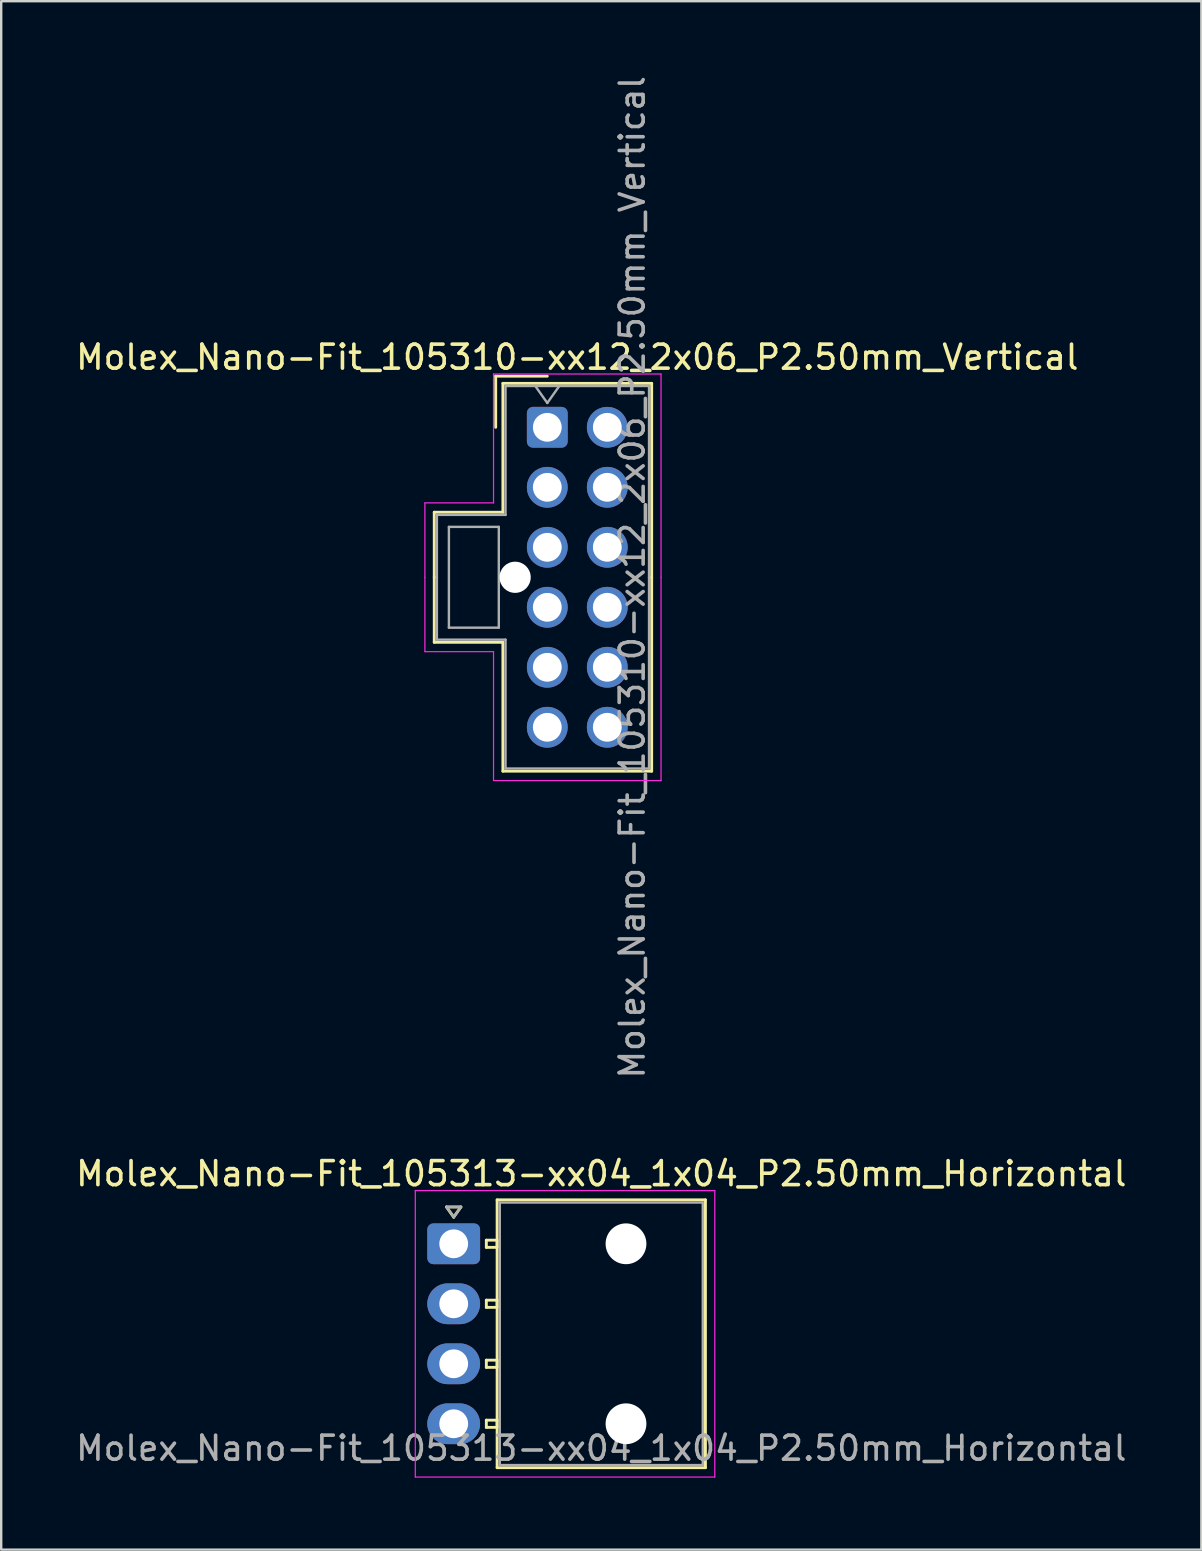
<source format=kicad_pcb>
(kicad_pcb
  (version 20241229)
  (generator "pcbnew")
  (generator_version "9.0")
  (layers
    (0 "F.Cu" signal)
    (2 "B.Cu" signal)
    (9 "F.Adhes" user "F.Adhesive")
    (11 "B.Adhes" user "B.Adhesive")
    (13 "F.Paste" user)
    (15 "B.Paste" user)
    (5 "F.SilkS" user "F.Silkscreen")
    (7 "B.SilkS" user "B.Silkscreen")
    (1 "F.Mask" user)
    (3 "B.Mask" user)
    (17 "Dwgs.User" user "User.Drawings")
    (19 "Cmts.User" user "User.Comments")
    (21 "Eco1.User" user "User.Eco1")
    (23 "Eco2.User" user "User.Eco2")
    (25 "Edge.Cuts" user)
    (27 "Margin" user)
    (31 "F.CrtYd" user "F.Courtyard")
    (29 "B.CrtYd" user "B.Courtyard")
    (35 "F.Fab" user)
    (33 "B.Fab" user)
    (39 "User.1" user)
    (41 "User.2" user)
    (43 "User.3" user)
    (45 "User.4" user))
  (footprint "Molex_Nano-Fit_105310-xx12_2x06_P2.50mm_Vertical"
    (layer "F.Cu")
    (at 19.756 14.756)
    (property "Reference" "Molex_Nano-Fit_105310-xx12_2x06_P2.50mm_Vertical" (at 1.25 -2.92 0) (layer "F.SilkS") (effects (font (size 1 1) (thickness 0.15))))
    (attr through_hole)
    (fp_line (start -4.71 3.54) (end -4.71 6.25) (stroke (width 0.12) (type solid)) (layer "F.SilkS"))
    (fp_line (start -4.71 8.96) (end -4.71 6.25) (stroke (width 0.12) (type solid)) (layer "F.SilkS"))
    (fp_line (start -2.15 -2.13) (end -2.15 0) (stroke (width 0.12) (type solid)) (layer "F.SilkS"))
    (fp_line (start -1.85 -1.83) (end -1.85 3.54) (stroke (width 0.12) (type solid)) (layer "F.SilkS"))
    (fp_line (start -1.85 3.54) (end -4.71 3.54) (stroke (width 0.12) (type solid)) (layer "F.SilkS"))
    (fp_line (start -1.85 8.96) (end -4.71 8.96) (stroke (width 0.12) (type solid)) (layer "F.SilkS"))
    (fp_line (start -1.85 14.33) (end -1.85 8.96) (stroke (width 0.12) (type solid)) (layer "F.SilkS"))
    (fp_line (start 0 -2.13) (end -2.15 -2.13) (stroke (width 0.12) (type solid)) (layer "F.SilkS"))
    (fp_line (start 4.35 -1.83) (end -1.85 -1.83) (stroke (width 0.12) (type solid)) (layer "F.SilkS"))
    (fp_line (start 4.35 6.25) (end 4.35 -1.83) (stroke (width 0.12) (type solid)) (layer "F.SilkS"))
    (fp_line (start 4.35 6.25) (end 4.35 14.33) (stroke (width 0.12) (type solid)) (layer "F.SilkS"))
    (fp_line (start 4.35 14.33) (end -1.85 14.33) (stroke (width 0.12) (type solid)) (layer "F.SilkS"))
    (fp_line (start -5.1 3.15) (end -5.1 6.25) (stroke (width 0.05) (type solid)) (layer "F.CrtYd"))
    (fp_line (start -5.1 9.35) (end -5.1 6.25) (stroke (width 0.05) (type solid)) (layer "F.CrtYd"))
    (fp_line (start -2.24 -2.22) (end -2.24 3.15) (stroke (width 0.05) (type solid)) (layer "F.CrtYd"))
    (fp_line (start -2.24 3.15) (end -5.1 3.15) (stroke (width 0.05) (type solid)) (layer "F.CrtYd"))
    (fp_line (start -2.24 9.35) (end -5.1 9.35) (stroke (width 0.05) (type solid)) (layer "F.CrtYd"))
    (fp_line (start -2.24 14.72) (end -2.24 9.35) (stroke (width 0.05) (type solid)) (layer "F.CrtYd"))
    (fp_line (start 4.74 -2.22) (end -2.24 -2.22) (stroke (width 0.05) (type solid)) (layer "F.CrtYd"))
    (fp_line (start 4.74 6.25) (end 4.74 -2.22) (stroke (width 0.05) (type solid)) (layer "F.CrtYd"))
    (fp_line (start 4.74 6.25) (end 4.74 14.72) (stroke (width 0.05) (type solid)) (layer "F.CrtYd"))
    (fp_line (start 4.74 14.72) (end -2.24 14.72) (stroke (width 0.05) (type solid)) (layer "F.CrtYd"))
    (fp_line (start -4.6 3.65) (end -4.6 6.25) (stroke (width 0.1) (type solid)) (layer "F.Fab"))
    (fp_line (start -4.6 8.85) (end -4.6 6.25) (stroke (width 0.1) (type solid)) (layer "F.Fab"))
    (fp_line (start -4.1 4.15) (end -4.1 8.35) (stroke (width 0.1) (type solid)) (layer "F.Fab"))
    (fp_line (start -4.1 8.35) (end -2.02 8.35) (stroke (width 0.1) (type solid)) (layer "F.Fab"))
    (fp_line (start -2.02 4.15) (end -4.1 4.15) (stroke (width 0.1) (type solid)) (layer "F.Fab"))
    (fp_line (start -2.02 8.35) (end -2.02 4.15) (stroke (width 0.1) (type solid)) (layer "F.Fab"))
    (fp_line (start -1.74 -1.72) (end -1.74 3.65) (stroke (width 0.1) (type solid)) (layer "F.Fab"))
    (fp_line (start -1.74 3.65) (end -4.6 3.65) (stroke (width 0.1) (type solid)) (layer "F.Fab"))
    (fp_line (start -1.74 8.85) (end -4.6 8.85) (stroke (width 0.1) (type solid)) (layer "F.Fab"))
    (fp_line (start -1.74 14.22) (end -1.74 8.85) (stroke (width 0.1) (type solid)) (layer "F.Fab"))
    (fp_line (start -0.5 -1.72) (end 0 -1.013) (stroke (width 0.1) (type solid)) (layer "F.Fab"))
    (fp_line (start 0 -1.013) (end 0.5 -1.72) (stroke (width 0.1) (type solid)) (layer "F.Fab"))
    (fp_line (start 4.24 -1.72) (end -1.74 -1.72) (stroke (width 0.1) (type solid)) (layer "F.Fab"))
    (fp_line (start 4.24 6.25) (end 4.24 -1.72) (stroke (width 0.1) (type solid)) (layer "F.Fab"))
    (fp_line (start 4.24 6.25) (end 4.24 14.22) (stroke (width 0.1) (type solid)) (layer "F.Fab"))
    (fp_line (start 4.24 14.22) (end -1.74 14.22) (stroke (width 0.1) (type solid)) (layer "F.Fab"))
    (fp_text user "${REFERENCE}" (at 3.54 6.25 90) (layer "F.Fab") (effects (font (size 1 1) (thickness 0.15))))
    (pad "" np_thru_hole circle (at -1.34 6.25) (size 1.3 1.3) (drill 1.3) (layers "*.Cu" "*.Mask"))
    (pad "1" thru_hole roundrect (at 0 0) (size 1.7 1.7) (drill 1.2) (layers "*.Cu" "*.Mask") (roundrect_rratio 0.147))
    (pad "2" thru_hole circle (at 0 2.5) (size 1.7 1.7) (drill 1.2) (layers "*.Cu" "*.Mask"))
    (pad "3" thru_hole circle (at 0 5) (size 1.7 1.7) (drill 1.2) (layers "*.Cu" "*.Mask"))
    (pad "4" thru_hole circle (at 0 7.5) (size 1.7 1.7) (drill 1.2) (layers "*.Cu" "*.Mask"))
    (pad "5" thru_hole circle (at 0 10) (size 1.7 1.7) (drill 1.2) (layers "*.Cu" "*.Mask"))
    (pad "6" thru_hole circle (at 0 12.5) (size 1.7 1.7) (drill 1.2) (layers "*.Cu" "*.Mask"))
    (pad "7" thru_hole circle (at 2.5 0) (size 1.7 1.7) (drill 1.2) (layers "*.Cu" "*.Mask"))
    (pad "8" thru_hole circle (at 2.5 2.5) (size 1.7 1.7) (drill 1.2) (layers "*.Cu" "*.Mask"))
    (pad "9" thru_hole circle (at 2.5 5) (size 1.7 1.7) (drill 1.2) (layers "*.Cu" "*.Mask"))
    (pad "10" thru_hole circle (at 2.5 7.5) (size 1.7 1.7) (drill 1.2) (layers "*.Cu" "*.Mask"))
    (pad "11" thru_hole circle (at 2.5 10) (size 1.7 1.7) (drill 1.2) (layers "*.Cu" "*.Mask"))
    (pad "12" thru_hole circle (at 2.5 12.5) (size 1.7 1.7) (drill 1.2) (layers "*.Cu" "*.Mask")))
  (footprint "Molex_Nano-Fit_105313-xx04_1x04_P2.50mm_Horizontal"
    (layer "F.Cu")
    (at 15.856 48.78)
    (property "Reference" "Molex_Nano-Fit_105313-xx04_1x04_P2.50mm_Horizontal" (at 6.15 -2.92 0) (layer "F.SilkS") (effects (font (size 1 1) (thickness 0.15))))
    (attr through_hole)
    (fp_line (start -0.3 -1.534) (end 0 -1.11) (stroke (width 0.12) (type solid)) (layer "F.SilkS"))
    (fp_line (start 0 -1.11) (end 0.3 -1.534) (stroke (width 0.12) (type solid)) (layer "F.SilkS"))
    (fp_line (start 0.3 -1.534) (end -0.3 -1.534) (stroke (width 0.12) (type solid)) (layer "F.SilkS"))
    (fp_line (start 1.36 -0.15) (end 1.36 0.15) (stroke (width 0.12) (type solid)) (layer "F.SilkS"))
    (fp_line (start 1.36 0.15) (end 1.81 0.15) (stroke (width 0.12) (type solid)) (layer "F.SilkS"))
    (fp_line (start 1.36 2.35) (end 1.36 2.65) (stroke (width 0.12) (type solid)) (layer "F.SilkS"))
    (fp_line (start 1.36 2.65) (end 1.81 2.65) (stroke (width 0.12) (type solid)) (layer "F.SilkS"))
    (fp_line (start 1.36 4.85) (end 1.36 5.15) (stroke (width 0.12) (type solid)) (layer "F.SilkS"))
    (fp_line (start 1.36 5.15) (end 1.81 5.15) (stroke (width 0.12) (type solid)) (layer "F.SilkS"))
    (fp_line (start 1.36 7.35) (end 1.36 7.65) (stroke (width 0.12) (type solid)) (layer "F.SilkS"))
    (fp_line (start 1.36 7.65) (end 1.81 7.65) (stroke (width 0.12) (type solid)) (layer "F.SilkS"))
    (fp_line (start 1.81 -1.83) (end 1.81 9.33) (stroke (width 0.12) (type solid)) (layer "F.SilkS"))
    (fp_line (start 1.81 -0.15) (end 1.36 -0.15) (stroke (width 0.12) (type solid)) (layer "F.SilkS"))
    (fp_line (start 1.81 0.15) (end 1.81 -0.15) (stroke (width 0.12) (type solid)) (layer "F.SilkS"))
    (fp_line (start 1.81 2.35) (end 1.36 2.35) (stroke (width 0.12) (type solid)) (layer "F.SilkS"))
    (fp_line (start 1.81 2.65) (end 1.81 2.35) (stroke (width 0.12) (type solid)) (layer "F.SilkS"))
    (fp_line (start 1.81 4.85) (end 1.36 4.85) (stroke (width 0.12) (type solid)) (layer "F.SilkS"))
    (fp_line (start 1.81 5.15) (end 1.81 4.85) (stroke (width 0.12) (type solid)) (layer "F.SilkS"))
    (fp_line (start 1.81 7.35) (end 1.36 7.35) (stroke (width 0.12) (type solid)) (layer "F.SilkS"))
    (fp_line (start 1.81 7.65) (end 1.81 7.35) (stroke (width 0.12) (type solid)) (layer "F.SilkS"))
    (fp_line (start 1.81 9.33) (end 10.49 9.33) (stroke (width 0.12) (type solid)) (layer "F.SilkS"))
    (fp_line (start 10.49 -1.83) (end 1.81 -1.83) (stroke (width 0.12) (type solid)) (layer "F.SilkS"))
    (fp_line (start 10.49 9.33) (end 10.49 -1.83) (stroke (width 0.12) (type solid)) (layer "F.SilkS"))
    (fp_line (start -1.6 -2.22) (end -1.6 9.72) (stroke (width 0.05) (type solid)) (layer "F.CrtYd"))
    (fp_line (start -1.6 9.72) (end 10.88 9.72) (stroke (width 0.05) (type solid)) (layer "F.CrtYd"))
    (fp_line (start 10.88 -2.22) (end -1.6 -2.22) (stroke (width 0.05) (type solid)) (layer "F.CrtYd"))
    (fp_line (start 10.88 9.72) (end 10.88 -2.22) (stroke (width 0.05) (type solid)) (layer "F.CrtYd"))
    (fp_line (start -0.3 -1.534) (end 0 -1.11) (stroke (width 0.1) (type solid)) (layer "F.Fab"))
    (fp_line (start 0 -1.11) (end 0.3 -1.534) (stroke (width 0.1) (type solid)) (layer "F.Fab"))
    (fp_line (start 0.3 -1.534) (end -0.3 -1.534) (stroke (width 0.1) (type solid)) (layer "F.Fab"))
    (fp_line (start 1.92 -1.72) (end 1.92 9.22) (stroke (width 0.1) (type solid)) (layer "F.Fab"))
    (fp_line (start 1.92 9.22) (end 10.38 9.22) (stroke (width 0.1) (type solid)) (layer "F.Fab"))
    (fp_line (start 10.38 -1.72) (end 1.92 -1.72) (stroke (width 0.1) (type solid)) (layer "F.Fab"))
    (fp_line (start 10.38 9.22) (end 10.38 -1.72) (stroke (width 0.1) (type solid)) (layer "F.Fab"))
    (fp_text user "${REFERENCE}" (at 6.15 8.52 0) (layer "F.Fab") (effects (font (size 1 1) (thickness 0.15))))
    (pad "" np_thru_hole circle (at 7.18 0) (size 1.7 1.7) (drill 1.7) (layers "*.Cu" "*.Mask"))
    (pad "" np_thru_hole circle (at 7.18 7.5) (size 1.7 1.7) (drill 1.7) (layers "*.Cu" "*.Mask"))
    (pad "1" thru_hole roundrect (at 0 0) (size 2.2 1.7) (drill 1.2) (layers "*.Cu" "*.Mask") (roundrect_rratio 0.147))
    (pad "2" thru_hole oval (at 0 2.5) (size 2.2 1.7) (drill 1.2) (layers "*.Cu" "*.Mask"))
    (pad "3" thru_hole oval (at 0 5) (size 2.2 1.7) (drill 1.2) (layers "*.Cu" "*.Mask"))
    (pad "4" thru_hole oval (at 0 7.5) (size 2.2 1.7) (drill 1.2) (layers "*.Cu" "*.Mask")))
  (gr_rect
    (start -3 -3)
    (end 47.012 61.525)
    (stroke (width 0.1) (type default))
    (fill no)
    (layer "Edge.Cuts")))
</source>
